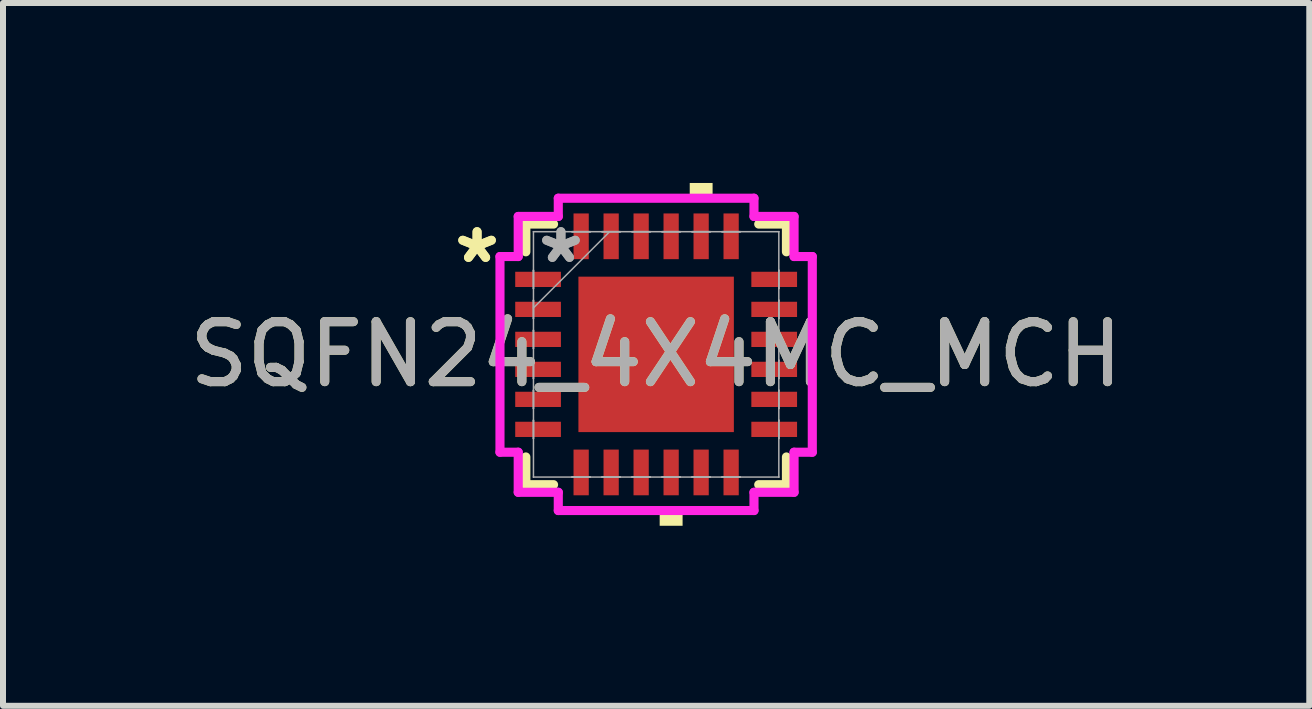
<source format=kicad_pcb>
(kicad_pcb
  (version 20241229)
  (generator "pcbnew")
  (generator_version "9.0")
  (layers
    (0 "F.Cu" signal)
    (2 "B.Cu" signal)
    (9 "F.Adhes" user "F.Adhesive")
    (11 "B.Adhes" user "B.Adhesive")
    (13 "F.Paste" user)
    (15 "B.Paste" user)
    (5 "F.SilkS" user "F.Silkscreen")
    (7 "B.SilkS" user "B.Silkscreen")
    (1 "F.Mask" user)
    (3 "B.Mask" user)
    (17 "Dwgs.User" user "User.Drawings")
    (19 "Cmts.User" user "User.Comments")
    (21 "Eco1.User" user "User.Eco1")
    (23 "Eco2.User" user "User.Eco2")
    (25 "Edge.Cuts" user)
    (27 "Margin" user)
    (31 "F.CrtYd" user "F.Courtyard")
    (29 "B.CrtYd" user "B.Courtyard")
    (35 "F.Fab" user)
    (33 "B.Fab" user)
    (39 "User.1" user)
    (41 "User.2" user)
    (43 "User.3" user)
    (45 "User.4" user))
  (footprint "SQFN24_4X4MC_MCH"
    (layer "F.Cu")
    (at 7.887 2.857)
    (property "Reference" "SQFN24_4X4MC_MCH" (at 0 0 0) (unlocked yes) (layer "F.SilkS") (effects (font (size 1 1) (thickness 0.15))))
    (attr smd)
    (fp_line (start -2.172 -2.172) (end -2.172 -1.71) (stroke (width 0.152) (type solid)) (layer "F.SilkS"))
    (fp_line (start -2.172 1.71) (end -2.172 2.172) (stroke (width 0.152) (type solid)) (layer "F.SilkS"))
    (fp_line (start -2.172 2.172) (end -1.71 2.172) (stroke (width 0.152) (type solid)) (layer "F.SilkS"))
    (fp_line (start -1.71 -2.172) (end -2.172 -2.172) (stroke (width 0.152) (type solid)) (layer "F.SilkS"))
    (fp_line (start 1.71 2.172) (end 2.172 2.172) (stroke (width 0.152) (type solid)) (layer "F.SilkS"))
    (fp_line (start 2.172 -2.172) (end 1.71 -2.172) (stroke (width 0.152) (type solid)) (layer "F.SilkS"))
    (fp_line (start 2.172 -1.71) (end 2.172 -2.172) (stroke (width 0.152) (type solid)) (layer "F.SilkS"))
    (fp_line (start 2.172 2.172) (end 2.172 1.71) (stroke (width 0.152) (type solid)) (layer "F.SilkS"))
    (fp_poly (pts (xy 0.059 2.603) (xy 0.059 2.857) (xy 0.441 2.857) (xy 0.441 2.603)) (stroke (width 0) (type solid)) (fill yes) (layer "F.SilkS"))
    (fp_poly (pts (xy 0.56 -2.603) (xy 0.56 -2.857) (xy 0.941 -2.857) (xy 0.941 -2.603)) (stroke (width 0) (type solid)) (fill yes) (layer "F.SilkS"))
    (fp_poly (pts (xy -1.195 -1.195) (xy -1.195 -0.1) (xy -0.1 -0.1) (xy -0.1 -1.195)) (stroke (width 0) (type solid)) (fill yes) (layer "F.Paste"))
    (fp_poly (pts (xy -1.195 0.1) (xy -1.195 1.195) (xy -0.1 1.195) (xy -0.1 0.1)) (stroke (width 0) (type solid)) (fill yes) (layer "F.Paste"))
    (fp_poly (pts (xy 0.1 -1.195) (xy 0.1 -0.1) (xy 1.195 -0.1) (xy 1.195 -1.195)) (stroke (width 0) (type solid)) (fill yes) (layer "F.Paste"))
    (fp_poly (pts (xy 0.1 0.1) (xy 0.1 1.195) (xy 1.195 1.195) (xy 1.195 0.1)) (stroke (width 0) (type solid)) (fill yes) (layer "F.Paste"))
    (fp_line (start -2.603 -1.631) (end -2.299 -1.631) (stroke (width 0.152) (type solid)) (layer "F.CrtYd"))
    (fp_line (start -2.603 1.631) (end -2.603 -1.631) (stroke (width 0.152) (type solid)) (layer "F.CrtYd"))
    (fp_line (start -2.299 -2.299) (end -1.631 -2.299) (stroke (width 0.152) (type solid)) (layer "F.CrtYd"))
    (fp_line (start -2.299 -1.631) (end -2.299 -2.299) (stroke (width 0.152) (type solid)) (layer "F.CrtYd"))
    (fp_line (start -2.299 1.631) (end -2.603 1.631) (stroke (width 0.152) (type solid)) (layer "F.CrtYd"))
    (fp_line (start -2.299 2.299) (end -2.299 1.631) (stroke (width 0.152) (type solid)) (layer "F.CrtYd"))
    (fp_line (start -1.631 -2.603) (end 1.631 -2.603) (stroke (width 0.152) (type solid)) (layer "F.CrtYd"))
    (fp_line (start -1.631 -2.299) (end -1.631 -2.603) (stroke (width 0.152) (type solid)) (layer "F.CrtYd"))
    (fp_line (start -1.631 2.299) (end -2.299 2.299) (stroke (width 0.152) (type solid)) (layer "F.CrtYd"))
    (fp_line (start -1.631 2.603) (end -1.631 2.299) (stroke (width 0.152) (type solid)) (layer "F.CrtYd"))
    (fp_line (start 1.631 -2.603) (end 1.631 -2.299) (stroke (width 0.152) (type solid)) (layer "F.CrtYd"))
    (fp_line (start 1.631 -2.299) (end 2.299 -2.299) (stroke (width 0.152) (type solid)) (layer "F.CrtYd"))
    (fp_line (start 1.631 2.299) (end 1.631 2.603) (stroke (width 0.152) (type solid)) (layer "F.CrtYd"))
    (fp_line (start 1.631 2.603) (end -1.631 2.603) (stroke (width 0.152) (type solid)) (layer "F.CrtYd"))
    (fp_line (start 2.299 -2.299) (end 2.299 -1.631) (stroke (width 0.152) (type solid)) (layer "F.CrtYd"))
    (fp_line (start 2.299 -1.631) (end 2.603 -1.631) (stroke (width 0.152) (type solid)) (layer "F.CrtYd"))
    (fp_line (start 2.299 1.631) (end 2.299 2.299) (stroke (width 0.152) (type solid)) (layer "F.CrtYd"))
    (fp_line (start 2.299 2.299) (end 1.631 2.299) (stroke (width 0.152) (type solid)) (layer "F.CrtYd"))
    (fp_line (start 2.603 -1.631) (end 2.603 1.631) (stroke (width 0.152) (type solid)) (layer "F.CrtYd"))
    (fp_line (start 2.603 1.631) (end 2.299 1.631) (stroke (width 0.152) (type solid)) (layer "F.CrtYd"))
    (fp_line (start -2.045 -2.045) (end -2.045 -2.045) (stroke (width 0.025) (type solid)) (layer "F.Fab"))
    (fp_line (start -2.045 -2.045) (end -2.045 2.045) (stroke (width 0.025) (type solid)) (layer "F.Fab"))
    (fp_line (start -2.045 -1.402) (end -2.045 -1.402) (stroke (width 0.025) (type solid)) (layer "F.Fab"))
    (fp_line (start -2.045 -1.402) (end -2.045 -1.098) (stroke (width 0.025) (type solid)) (layer "F.Fab"))
    (fp_line (start -2.045 -1.098) (end -2.045 -1.402) (stroke (width 0.025) (type solid)) (layer "F.Fab"))
    (fp_line (start -2.045 -1.098) (end -2.045 -1.098) (stroke (width 0.025) (type solid)) (layer "F.Fab"))
    (fp_line (start -2.045 -0.902) (end -2.045 -0.902) (stroke (width 0.025) (type solid)) (layer "F.Fab"))
    (fp_line (start -2.045 -0.902) (end -2.045 -0.598) (stroke (width 0.025) (type solid)) (layer "F.Fab"))
    (fp_line (start -2.045 -0.775) (end -0.775 -2.045) (stroke (width 0.025) (type solid)) (layer "F.Fab"))
    (fp_line (start -2.045 -0.598) (end -2.045 -0.902) (stroke (width 0.025) (type solid)) (layer "F.Fab"))
    (fp_line (start -2.045 -0.598) (end -2.045 -0.598) (stroke (width 0.025) (type solid)) (layer "F.Fab"))
    (fp_line (start -2.045 -0.402) (end -2.045 -0.402) (stroke (width 0.025) (type solid)) (layer "F.Fab"))
    (fp_line (start -2.045 -0.402) (end -2.045 -0.098) (stroke (width 0.025) (type solid)) (layer "F.Fab"))
    (fp_line (start -2.045 -0.098) (end -2.045 -0.402) (stroke (width 0.025) (type solid)) (layer "F.Fab"))
    (fp_line (start -2.045 -0.098) (end -2.045 -0.098) (stroke (width 0.025) (type solid)) (layer "F.Fab"))
    (fp_line (start -2.045 0.098) (end -2.045 0.098) (stroke (width 0.025) (type solid)) (layer "F.Fab"))
    (fp_line (start -2.045 0.098) (end -2.045 0.402) (stroke (width 0.025) (type solid)) (layer "F.Fab"))
    (fp_line (start -2.045 0.402) (end -2.045 0.098) (stroke (width 0.025) (type solid)) (layer "F.Fab"))
    (fp_line (start -2.045 0.402) (end -2.045 0.402) (stroke (width 0.025) (type solid)) (layer "F.Fab"))
    (fp_line (start -2.045 0.598) (end -2.045 0.598) (stroke (width 0.025) (type solid)) (layer "F.Fab"))
    (fp_line (start -2.045 0.598) (end -2.045 0.902) (stroke (width 0.025) (type solid)) (layer "F.Fab"))
    (fp_line (start -2.045 0.902) (end -2.045 0.598) (stroke (width 0.025) (type solid)) (layer "F.Fab"))
    (fp_line (start -2.045 0.902) (end -2.045 0.902) (stroke (width 0.025) (type solid)) (layer "F.Fab"))
    (fp_line (start -2.045 1.098) (end -2.045 1.098) (stroke (width 0.025) (type solid)) (layer "F.Fab"))
    (fp_line (start -2.045 1.098) (end -2.045 1.402) (stroke (width 0.025) (type solid)) (layer "F.Fab"))
    (fp_line (start -2.045 1.402) (end -2.045 1.098) (stroke (width 0.025) (type solid)) (layer "F.Fab"))
    (fp_line (start -2.045 1.402) (end -2.045 1.402) (stroke (width 0.025) (type solid)) (layer "F.Fab"))
    (fp_line (start -2.045 2.045) (end -2.045 2.045) (stroke (width 0.025) (type solid)) (layer "F.Fab"))
    (fp_line (start -2.045 2.045) (end 2.045 2.045) (stroke (width 0.025) (type solid)) (layer "F.Fab"))
    (fp_line (start -1.402 -2.045) (end -1.402 -2.045) (stroke (width 0.025) (type solid)) (layer "F.Fab"))
    (fp_line (start -1.402 -2.045) (end -1.098 -2.045) (stroke (width 0.025) (type solid)) (layer "F.Fab"))
    (fp_line (start -1.402 2.045) (end -1.402 2.045) (stroke (width 0.025) (type solid)) (layer "F.Fab"))
    (fp_line (start -1.402 2.045) (end -1.098 2.045) (stroke (width 0.025) (type solid)) (layer "F.Fab"))
    (fp_line (start -1.098 -2.045) (end -1.402 -2.045) (stroke (width 0.025) (type solid)) (layer "F.Fab"))
    (fp_line (start -1.098 -2.045) (end -1.098 -2.045) (stroke (width 0.025) (type solid)) (layer "F.Fab"))
    (fp_line (start -1.098 2.045) (end -1.402 2.045) (stroke (width 0.025) (type solid)) (layer "F.Fab"))
    (fp_line (start -1.098 2.045) (end -1.098 2.045) (stroke (width 0.025) (type solid)) (layer "F.Fab"))
    (fp_line (start -0.902 -2.045) (end -0.902 -2.045) (stroke (width 0.025) (type solid)) (layer "F.Fab"))
    (fp_line (start -0.902 -2.045) (end -0.598 -2.045) (stroke (width 0.025) (type solid)) (layer "F.Fab"))
    (fp_line (start -0.902 2.045) (end -0.902 2.045) (stroke (width 0.025) (type solid)) (layer "F.Fab"))
    (fp_line (start -0.902 2.045) (end -0.598 2.045) (stroke (width 0.025) (type solid)) (layer "F.Fab"))
    (fp_line (start -0.598 -2.045) (end -0.902 -2.045) (stroke (width 0.025) (type solid)) (layer "F.Fab"))
    (fp_line (start -0.598 -2.045) (end -0.598 -2.045) (stroke (width 0.025) (type solid)) (layer "F.Fab"))
    (fp_line (start -0.598 2.045) (end -0.902 2.045) (stroke (width 0.025) (type solid)) (layer "F.Fab"))
    (fp_line (start -0.598 2.045) (end -0.598 2.045) (stroke (width 0.025) (type solid)) (layer "F.Fab"))
    (fp_line (start -0.402 -2.045) (end -0.402 -2.045) (stroke (width 0.025) (type solid)) (layer "F.Fab"))
    (fp_line (start -0.402 -2.045) (end -0.098 -2.045) (stroke (width 0.025) (type solid)) (layer "F.Fab"))
    (fp_line (start -0.402 2.045) (end -0.402 2.045) (stroke (width 0.025) (type solid)) (layer "F.Fab"))
    (fp_line (start -0.402 2.045) (end -0.098 2.045) (stroke (width 0.025) (type solid)) (layer "F.Fab"))
    (fp_line (start -0.098 -2.045) (end -0.402 -2.045) (stroke (width 0.025) (type solid)) (layer "F.Fab"))
    (fp_line (start -0.098 -2.045) (end -0.098 -2.045) (stroke (width 0.025) (type solid)) (layer "F.Fab"))
    (fp_line (start -0.098 2.045) (end -0.402 2.045) (stroke (width 0.025) (type solid)) (layer "F.Fab"))
    (fp_line (start -0.098 2.045) (end -0.098 2.045) (stroke (width 0.025) (type solid)) (layer "F.Fab"))
    (fp_line (start 0.098 -2.045) (end 0.098 -2.045) (stroke (width 0.025) (type solid)) (layer "F.Fab"))
    (fp_line (start 0.098 -2.045) (end 0.402 -2.045) (stroke (width 0.025) (type solid)) (layer "F.Fab"))
    (fp_line (start 0.098 2.045) (end 0.098 2.045) (stroke (width 0.025) (type solid)) (layer "F.Fab"))
    (fp_line (start 0.098 2.045) (end 0.402 2.045) (stroke (width 0.025) (type solid)) (layer "F.Fab"))
    (fp_line (start 0.402 -2.045) (end 0.098 -2.045) (stroke (width 0.025) (type solid)) (layer "F.Fab"))
    (fp_line (start 0.402 -2.045) (end 0.402 -2.045) (stroke (width 0.025) (type solid)) (layer "F.Fab"))
    (fp_line (start 0.402 2.045) (end 0.098 2.045) (stroke (width 0.025) (type solid)) (layer "F.Fab"))
    (fp_line (start 0.402 2.045) (end 0.402 2.045) (stroke (width 0.025) (type solid)) (layer "F.Fab"))
    (fp_line (start 0.598 -2.045) (end 0.598 -2.045) (stroke (width 0.025) (type solid)) (layer "F.Fab"))
    (fp_line (start 0.598 -2.045) (end 0.902 -2.045) (stroke (width 0.025) (type solid)) (layer "F.Fab"))
    (fp_line (start 0.598 2.045) (end 0.598 2.045) (stroke (width 0.025) (type solid)) (layer "F.Fab"))
    (fp_line (start 0.598 2.045) (end 0.902 2.045) (stroke (width 0.025) (type solid)) (layer "F.Fab"))
    (fp_line (start 0.902 -2.045) (end 0.598 -2.045) (stroke (width 0.025) (type solid)) (layer "F.Fab"))
    (fp_line (start 0.902 -2.045) (end 0.902 -2.045) (stroke (width 0.025) (type solid)) (layer "F.Fab"))
    (fp_line (start 0.902 2.045) (end 0.598 2.045) (stroke (width 0.025) (type solid)) (layer "F.Fab"))
    (fp_line (start 0.902 2.045) (end 0.902 2.045) (stroke (width 0.025) (type solid)) (layer "F.Fab"))
    (fp_line (start 1.098 -2.045) (end 1.098 -2.045) (stroke (width 0.025) (type solid)) (layer "F.Fab"))
    (fp_line (start 1.098 -2.045) (end 1.402 -2.045) (stroke (width 0.025) (type solid)) (layer "F.Fab"))
    (fp_line (start 1.098 2.045) (end 1.098 2.045) (stroke (width 0.025) (type solid)) (layer "F.Fab"))
    (fp_line (start 1.098 2.045) (end 1.402 2.045) (stroke (width 0.025) (type solid)) (layer "F.Fab"))
    (fp_line (start 1.402 -2.045) (end 1.098 -2.045) (stroke (width 0.025) (type solid)) (layer "F.Fab"))
    (fp_line (start 1.402 -2.045) (end 1.402 -2.045) (stroke (width 0.025) (type solid)) (layer "F.Fab"))
    (fp_line (start 1.402 2.045) (end 1.098 2.045) (stroke (width 0.025) (type solid)) (layer "F.Fab"))
    (fp_line (start 1.402 2.045) (end 1.402 2.045) (stroke (width 0.025) (type solid)) (layer "F.Fab"))
    (fp_line (start 2.045 -2.045) (end -2.045 -2.045) (stroke (width 0.025) (type solid)) (layer "F.Fab"))
    (fp_line (start 2.045 -2.045) (end 2.045 -2.045) (stroke (width 0.025) (type solid)) (layer "F.Fab"))
    (fp_line (start 2.045 -1.402) (end 2.045 -1.402) (stroke (width 0.025) (type solid)) (layer "F.Fab"))
    (fp_line (start 2.045 -1.402) (end 2.045 -1.098) (stroke (width 0.025) (type solid)) (layer "F.Fab"))
    (fp_line (start 2.045 -1.098) (end 2.045 -1.402) (stroke (width 0.025) (type solid)) (layer "F.Fab"))
    (fp_line (start 2.045 -1.098) (end 2.045 -1.098) (stroke (width 0.025) (type solid)) (layer "F.Fab"))
    (fp_line (start 2.045 -0.902) (end 2.045 -0.902) (stroke (width 0.025) (type solid)) (layer "F.Fab"))
    (fp_line (start 2.045 -0.902) (end 2.045 -0.598) (stroke (width 0.025) (type solid)) (layer "F.Fab"))
    (fp_line (start 2.045 -0.598) (end 2.045 -0.902) (stroke (width 0.025) (type solid)) (layer "F.Fab"))
    (fp_line (start 2.045 -0.598) (end 2.045 -0.598) (stroke (width 0.025) (type solid)) (layer "F.Fab"))
    (fp_line (start 2.045 -0.402) (end 2.045 -0.402) (stroke (width 0.025) (type solid)) (layer "F.Fab"))
    (fp_line (start 2.045 -0.402) (end 2.045 -0.098) (stroke (width 0.025) (type solid)) (layer "F.Fab"))
    (fp_line (start 2.045 -0.098) (end 2.045 -0.402) (stroke (width 0.025) (type solid)) (layer "F.Fab"))
    (fp_line (start 2.045 -0.098) (end 2.045 -0.098) (stroke (width 0.025) (type solid)) (layer "F.Fab"))
    (fp_line (start 2.045 0.098) (end 2.045 0.098) (stroke (width 0.025) (type solid)) (layer "F.Fab"))
    (fp_line (start 2.045 0.098) (end 2.045 0.402) (stroke (width 0.025) (type solid)) (layer "F.Fab"))
    (fp_line (start 2.045 0.402) (end 2.045 0.098) (stroke (width 0.025) (type solid)) (layer "F.Fab"))
    (fp_line (start 2.045 0.402) (end 2.045 0.402) (stroke (width 0.025) (type solid)) (layer "F.Fab"))
    (fp_line (start 2.045 0.598) (end 2.045 0.598) (stroke (width 0.025) (type solid)) (layer "F.Fab"))
    (fp_line (start 2.045 0.598) (end 2.045 0.902) (stroke (width 0.025) (type solid)) (layer "F.Fab"))
    (fp_line (start 2.045 0.902) (end 2.045 0.598) (stroke (width 0.025) (type solid)) (layer "F.Fab"))
    (fp_line (start 2.045 0.902) (end 2.045 0.902) (stroke (width 0.025) (type solid)) (layer "F.Fab"))
    (fp_line (start 2.045 1.098) (end 2.045 1.098) (stroke (width 0.025) (type solid)) (layer "F.Fab"))
    (fp_line (start 2.045 1.098) (end 2.045 1.402) (stroke (width 0.025) (type solid)) (layer "F.Fab"))
    (fp_line (start 2.045 1.402) (end 2.045 1.098) (stroke (width 0.025) (type solid)) (layer "F.Fab"))
    (fp_line (start 2.045 1.402) (end 2.045 1.402) (stroke (width 0.025) (type solid)) (layer "F.Fab"))
    (fp_line (start 2.045 2.045) (end 2.045 -2.045) (stroke (width 0.025) (type solid)) (layer "F.Fab"))
    (fp_line (start 2.045 2.045) (end 2.045 2.045) (stroke (width 0.025) (type solid)) (layer "F.Fab"))
    (fp_text user "*" (at -2.985 -1.5 0) (unlocked yes) (layer "F.SilkS") (effects (font (size 1 1) (thickness 0.15))))
    (fp_text user "*" (at -2.985 -1.5 0) (layer "F.SilkS") (effects (font (size 1 1) (thickness 0.15))))
    (fp_text user "*" (at -1.587 -1.5 0) (layer "F.Fab") (effects (font (size 1 1) (thickness 0.15))))
    (fp_text user "*" (at -1.587 -1.5 0) (unlocked yes) (layer "F.Fab") (effects (font (size 1 1) (thickness 0.15))))
    (fp_text user "${REFERENCE}" (at 0 0 0) (unlocked yes) (layer "F.Fab") (effects (font (size 1 1) (thickness 0.15))))
    (pad "1" smd rect (at -1.968 -1.25 90) (size 0.254 0.762) (layers "F.Cu" "F.Mask" "F.Paste"))
    (pad "2" smd rect (at -1.968 -0.75 90) (size 0.254 0.762) (layers "F.Cu" "F.Mask" "F.Paste"))
    (pad "3" smd rect (at -1.968 -0.25 90) (size 0.254 0.762) (layers "F.Cu" "F.Mask" "F.Paste"))
    (pad "4" smd rect (at -1.968 0.25 90) (size 0.254 0.762) (layers "F.Cu" "F.Mask" "F.Paste"))
    (pad "5" smd rect (at -1.968 0.75 90) (size 0.254 0.762) (layers "F.Cu" "F.Mask" "F.Paste"))
    (pad "6" smd rect (at -1.968 1.25 90) (size 0.254 0.762) (layers "F.Cu" "F.Mask" "F.Paste"))
    (pad "7" smd rect (at -1.25 1.968) (size 0.254 0.762) (layers "F.Cu" "F.Mask" "F.Paste"))
    (pad "8" smd rect (at -0.75 1.968) (size 0.254 0.762) (layers "F.Cu" "F.Mask" "F.Paste"))
    (pad "9" smd rect (at -0.25 1.968) (size 0.254 0.762) (layers "F.Cu" "F.Mask" "F.Paste"))
    (pad "10" smd rect (at 0.25 1.968) (size 0.254 0.762) (layers "F.Cu" "F.Mask" "F.Paste"))
    (pad "11" smd rect (at 0.75 1.968) (size 0.254 0.762) (layers "F.Cu" "F.Mask" "F.Paste"))
    (pad "12" smd rect (at 1.25 1.968) (size 0.254 0.762) (layers "F.Cu" "F.Mask" "F.Paste"))
    (pad "13" smd rect (at 1.968 1.25 90) (size 0.254 0.762) (layers "F.Cu" "F.Mask" "F.Paste"))
    (pad "14" smd rect (at 1.968 0.75 90) (size 0.254 0.762) (layers "F.Cu" "F.Mask" "F.Paste"))
    (pad "15" smd rect (at 1.968 0.25 90) (size 0.254 0.762) (layers "F.Cu" "F.Mask" "F.Paste"))
    (pad "16" smd rect (at 1.968 -0.25 90) (size 0.254 0.762) (layers "F.Cu" "F.Mask" "F.Paste"))
    (pad "17" smd rect (at 1.968 -0.75 90) (size 0.254 0.762) (layers "F.Cu" "F.Mask" "F.Paste"))
    (pad "18" smd rect (at 1.968 -1.25 90) (size 0.254 0.762) (layers "F.Cu" "F.Mask" "F.Paste"))
    (pad "19" smd rect (at 1.25 -1.968) (size 0.254 0.762) (layers "F.Cu" "F.Mask" "F.Paste"))
    (pad "20" smd rect (at 0.75 -1.968) (size 0.254 0.762) (layers "F.Cu" "F.Mask" "F.Paste"))
    (pad "21" smd rect (at 0.25 -1.968) (size 0.254 0.762) (layers "F.Cu" "F.Mask" "F.Paste"))
    (pad "22" smd rect (at -0.25 -1.968) (size 0.254 0.762) (layers "F.Cu" "F.Mask" "F.Paste"))
    (pad "23" smd rect (at -0.75 -1.968) (size 0.254 0.762) (layers "F.Cu" "F.Mask" "F.Paste"))
    (pad "24" smd rect (at -1.25 -1.968) (size 0.254 0.762) (layers "F.Cu" "F.Mask" "F.Paste"))
    (pad "25" smd rect (at 0 0) (size 2.591 2.591) (layers "F.Cu" "F.Mask" "F.Paste")))
  (gr_rect
    (start -3 -3)
    (end 18.774 8.715)
    (stroke (width 0.1) (type default))
    (fill no)
    (layer "Edge.Cuts")))
</source>
